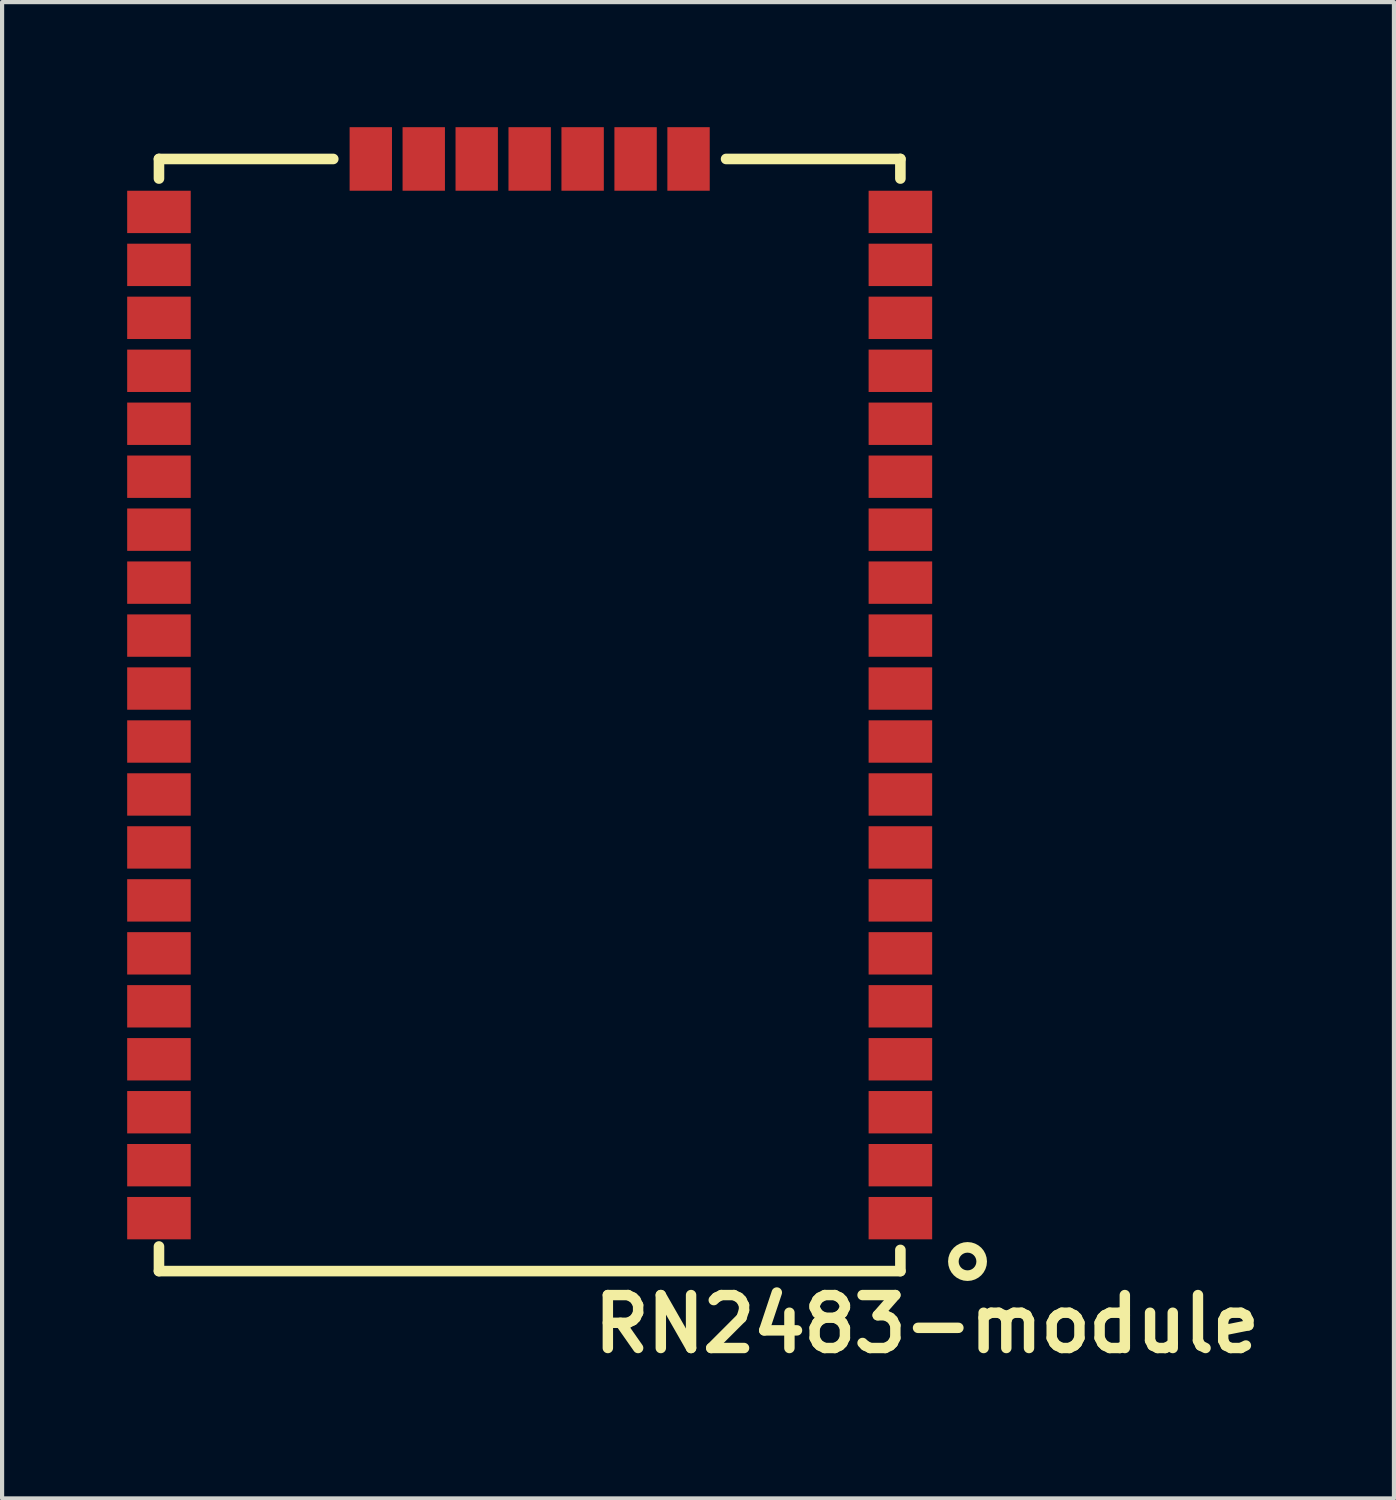
<source format=kicad_pcb>
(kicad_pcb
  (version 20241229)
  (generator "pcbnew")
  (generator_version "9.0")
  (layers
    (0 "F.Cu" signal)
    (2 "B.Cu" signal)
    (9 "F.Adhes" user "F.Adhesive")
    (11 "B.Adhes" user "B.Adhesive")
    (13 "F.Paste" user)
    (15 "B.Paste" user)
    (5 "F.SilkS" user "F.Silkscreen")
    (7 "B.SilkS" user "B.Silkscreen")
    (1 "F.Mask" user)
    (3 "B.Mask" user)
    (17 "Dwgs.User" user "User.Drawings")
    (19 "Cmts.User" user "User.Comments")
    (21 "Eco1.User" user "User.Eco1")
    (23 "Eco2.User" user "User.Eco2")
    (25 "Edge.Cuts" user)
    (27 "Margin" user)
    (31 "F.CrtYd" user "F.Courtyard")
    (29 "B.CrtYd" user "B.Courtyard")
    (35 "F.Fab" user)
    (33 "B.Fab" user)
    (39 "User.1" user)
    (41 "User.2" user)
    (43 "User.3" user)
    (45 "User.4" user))
  (footprint "RN2483-module"
    (layer "F.Cu")
    (at 9.652 14.097)
    (property "Reference" "RN2483-module" (at 9.525 14.605 0) (layer "F.SilkS") (effects (font (size 1.27 1.27) (thickness 0.25))))
    (attr smd)
    (fp_line (start -8.89 -13.335) (end -8.89 -12.865) (stroke (width 0.254) (type solid)) (layer "F.SilkS"))
    (fp_line (start -8.89 13.335) (end -8.89 12.745) (stroke (width 0.254) (type solid)) (layer "F.SilkS"))
    (fp_line (start -8.89 13.335) (end 8.89 13.335) (stroke (width 0.254) (type solid)) (layer "F.SilkS"))
    (fp_line (start -4.71 -13.335) (end -8.89 -13.335) (stroke (width 0.254) (type solid)) (layer "F.SilkS"))
    (fp_line (start 8.89 -13.335) (end 4.71 -13.335) (stroke (width 0.254) (type solid)) (layer "F.SilkS"))
    (fp_line (start 8.89 -13.335) (end 8.89 -12.865) (stroke (width 0.254) (type solid)) (layer "F.SilkS"))
    (fp_line (start 8.89 13.335) (end 8.89 12.827) (stroke (width 0.254) (type solid)) (layer "F.SilkS"))
    (fp_circle (center 10.5 13.105) (end 10.74 12.865) (stroke (width 0.254) (type solid)) (fill no) (layer "F.SilkS"))
    (pad "1" smd rect (at 8.89 12.065) (size 1.524 1.016) (layers "F.Cu" "F.Mask" "F.Paste"))
    (pad "2" smd rect (at 8.89 10.795) (size 1.524 1.016) (layers "F.Cu" "F.Mask" "F.Paste"))
    (pad "3" smd rect (at 8.89 9.525) (size 1.524 1.016) (layers "F.Cu" "F.Mask" "F.Paste"))
    (pad "4" smd rect (at 8.89 8.255) (size 1.524 1.016) (layers "F.Cu" "F.Mask" "F.Paste"))
    (pad "5" smd rect (at 8.89 6.985) (size 1.524 1.016) (layers "F.Cu" "F.Mask" "F.Paste"))
    (pad "6" smd rect (at 8.89 5.715) (size 1.524 1.016) (layers "F.Cu" "F.Mask" "F.Paste"))
    (pad "7" smd rect (at 8.89 4.445) (size 1.524 1.016) (layers "F.Cu" "F.Mask" "F.Paste"))
    (pad "8" smd rect (at 8.89 3.175) (size 1.524 1.016) (layers "F.Cu" "F.Mask" "F.Paste"))
    (pad "9" smd rect (at 8.89 1.905) (size 1.524 1.016) (layers "F.Cu" "F.Mask" "F.Paste"))
    (pad "10" smd rect (at 8.89 0.635) (size 1.524 1.016) (layers "F.Cu" "F.Mask" "F.Paste"))
    (pad "11" smd rect (at 8.89 -0.635) (size 1.524 1.016) (layers "F.Cu" "F.Mask" "F.Paste"))
    (pad "12" smd rect (at 8.89 -1.905) (size 1.524 1.016) (layers "F.Cu" "F.Mask" "F.Paste"))
    (pad "13" smd rect (at 8.89 -3.175) (size 1.524 1.016) (layers "F.Cu" "F.Mask" "F.Paste"))
    (pad "14" smd rect (at 8.89 -4.445) (size 1.524 1.016) (layers "F.Cu" "F.Mask" "F.Paste"))
    (pad "15" smd rect (at 8.89 -5.715) (size 1.524 1.016) (layers "F.Cu" "F.Mask" "F.Paste"))
    (pad "16" smd rect (at 8.89 -6.985) (size 1.524 1.016) (layers "F.Cu" "F.Mask" "F.Paste"))
    (pad "17" smd rect (at 8.89 -8.255) (size 1.524 1.016) (layers "F.Cu" "F.Mask" "F.Paste"))
    (pad "18" smd rect (at 8.89 -9.525) (size 1.524 1.016) (layers "F.Cu" "F.Mask" "F.Paste"))
    (pad "19" smd rect (at 8.89 -10.795) (size 1.524 1.016) (layers "F.Cu" "F.Mask" "F.Paste"))
    (pad "20" smd rect (at 8.89 -12.065) (size 1.524 1.016) (layers "F.Cu" "F.Mask" "F.Paste"))
    (pad "21" smd rect (at 3.81 -13.335 270) (size 1.524 1.016) (layers "F.Cu" "F.Mask" "F.Paste"))
    (pad "22" smd rect (at 2.54 -13.335 270) (size 1.524 1.016) (layers "F.Cu" "F.Mask" "F.Paste"))
    (pad "23" smd rect (at 1.27 -13.335 270) (size 1.524 1.016) (layers "F.Cu" "F.Mask" "F.Paste"))
    (pad "24" smd rect (at 0 -13.335 270) (size 1.524 1.016) (layers "F.Cu" "F.Mask" "F.Paste"))
    (pad "25" smd rect (at -1.27 -13.335 270) (size 1.524 1.016) (layers "F.Cu" "F.Mask" "F.Paste"))
    (pad "26" smd rect (at -2.54 -13.335 270) (size 1.524 1.016) (layers "F.Cu" "F.Mask" "F.Paste"))
    (pad "27" smd rect (at -3.81 -13.335 270) (size 1.524 1.016) (layers "F.Cu" "F.Mask" "F.Paste"))
    (pad "28" smd rect (at -8.89 -12.065) (size 1.524 1.016) (layers "F.Cu" "F.Mask" "F.Paste"))
    (pad "29" smd rect (at -8.89 -10.795) (size 1.524 1.016) (layers "F.Cu" "F.Mask" "F.Paste"))
    (pad "30" smd rect (at -8.89 -9.525) (size 1.524 1.016) (layers "F.Cu" "F.Mask" "F.Paste"))
    (pad "31" smd rect (at -8.89 -8.255) (size 1.524 1.016) (layers "F.Cu" "F.Mask" "F.Paste"))
    (pad "32" smd rect (at -8.89 -6.985) (size 1.524 1.016) (layers "F.Cu" "F.Mask" "F.Paste"))
    (pad "33" smd rect (at -8.89 -5.715) (size 1.524 1.016) (layers "F.Cu" "F.Mask" "F.Paste"))
    (pad "34" smd rect (at -8.89 -4.445) (size 1.524 1.016) (layers "F.Cu" "F.Mask" "F.Paste"))
    (pad "35" smd rect (at -8.89 -3.175) (size 1.524 1.016) (layers "F.Cu" "F.Mask" "F.Paste"))
    (pad "36" smd rect (at -8.89 -1.905) (size 1.524 1.016) (layers "F.Cu" "F.Mask" "F.Paste"))
    (pad "37" smd rect (at -8.89 -0.635) (size 1.524 1.016) (layers "F.Cu" "F.Mask" "F.Paste"))
    (pad "38" smd rect (at -8.89 0.635) (size 1.524 1.016) (layers "F.Cu" "F.Mask" "F.Paste"))
    (pad "39" smd rect (at -8.89 1.905) (size 1.524 1.016) (layers "F.Cu" "F.Mask" "F.Paste"))
    (pad "40" smd rect (at -8.89 3.175) (size 1.524 1.016) (layers "F.Cu" "F.Mask" "F.Paste"))
    (pad "41" smd rect (at -8.89 4.445) (size 1.524 1.016) (layers "F.Cu" "F.Mask" "F.Paste"))
    (pad "42" smd rect (at -8.89 5.715) (size 1.524 1.016) (layers "F.Cu" "F.Mask" "F.Paste"))
    (pad "43" smd rect (at -8.89 6.985) (size 1.524 1.016) (layers "F.Cu" "F.Mask" "F.Paste"))
    (pad "44" smd rect (at -8.89 8.255) (size 1.524 1.016) (layers "F.Cu" "F.Mask" "F.Paste"))
    (pad "45" smd rect (at -8.89 9.525) (size 1.524 1.016) (layers "F.Cu" "F.Mask" "F.Paste"))
    (pad "46" smd rect (at -8.89 10.795) (size 1.524 1.016) (layers "F.Cu" "F.Mask" "F.Paste"))
    (pad "47" smd rect (at -8.89 12.065) (size 1.524 1.016) (layers "F.Cu" "F.Mask" "F.Paste")))
  (gr_rect
    (start -3 -3)
    (end 30.378 32.884)
    (stroke (width 0.1) (type default))
    (fill no)
    (layer "Edge.Cuts")))
</source>
